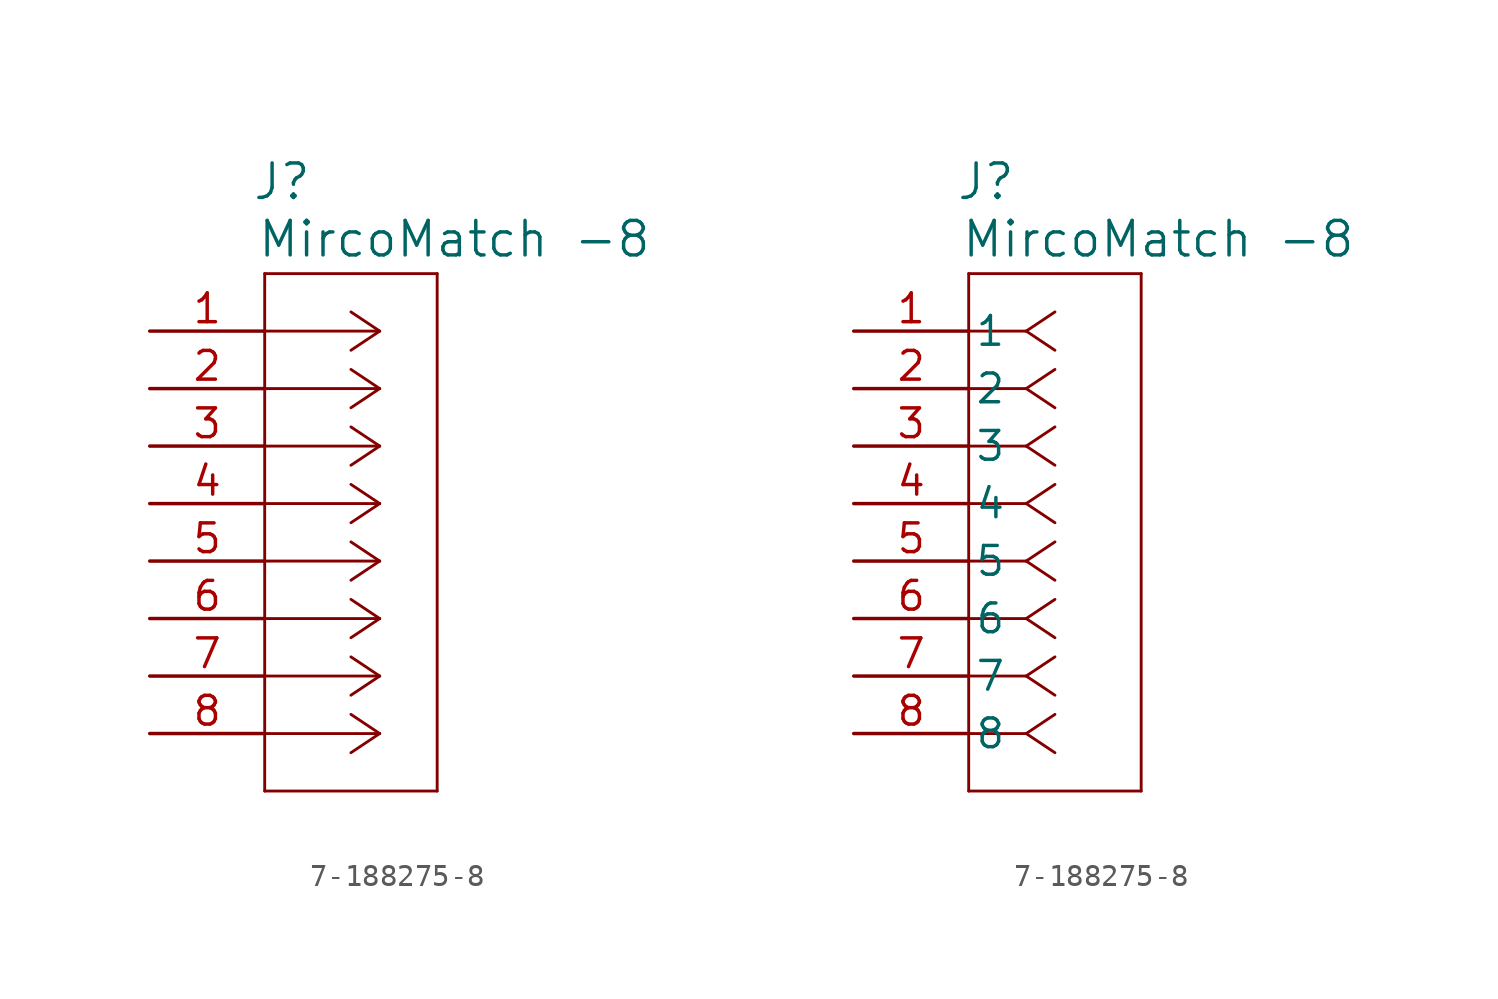
<source format=kicad_sym>
(kicad_symbol_lib
  (version 20241209)
  (generator "kicad_symbol_editor")
  (generator_version "9.0")
  (symbol "7-188275-8"
    (pin_names
      (offset 0.254))
    (property "Reference" "J"
      (at 5.842 6.604 0)
      (effects (font (size 1.524 1.524))))
    (property "Value" "MircoMatch -8"
      (at 13.462 4.064 0)
      (effects (font (size 1.524 1.524))))
    (symbol "7-188275-8_1_1"
      (polyline (pts (xy 5.08 2.54) (xy 5.08 -20.32)) (stroke (width 0.127) (type default)) (fill (type none)))
      (polyline (pts (xy 5.08 -20.32) (xy 12.7 -20.32)) (stroke (width 0.127) (type default)) (fill (type none)))
      (polyline (pts (xy 10.16 0) (xy 5.08 0)) (stroke (width 0.127) (type default)) (fill (type none)))
      (polyline (pts (xy 10.16 0) (xy 8.89 0.847)) (stroke (width 0.127) (type default)) (fill (type none)))
      (polyline (pts (xy 10.16 0) (xy 8.89 -0.847)) (stroke (width 0.127) (type default)) (fill (type none)))
      (polyline (pts (xy 10.16 -2.54) (xy 5.08 -2.54)) (stroke (width 0.127) (type default)) (fill (type none)))
      (polyline (pts (xy 10.16 -2.54) (xy 8.89 -1.693)) (stroke (width 0.127) (type default)) (fill (type none)))
      (polyline (pts (xy 10.16 -2.54) (xy 8.89 -3.387)) (stroke (width 0.127) (type default)) (fill (type none)))
      (polyline (pts (xy 10.16 -5.08) (xy 5.08 -5.08)) (stroke (width 0.127) (type default)) (fill (type none)))
      (polyline (pts (xy 10.16 -5.08) (xy 8.89 -4.233)) (stroke (width 0.127) (type default)) (fill (type none)))
      (polyline (pts (xy 10.16 -5.08) (xy 8.89 -5.927)) (stroke (width 0.127) (type default)) (fill (type none)))
      (polyline (pts (xy 10.16 -7.62) (xy 5.08 -7.62)) (stroke (width 0.127) (type default)) (fill (type none)))
      (polyline (pts (xy 10.16 -7.62) (xy 8.89 -6.773)) (stroke (width 0.127) (type default)) (fill (type none)))
      (polyline (pts (xy 10.16 -7.62) (xy 8.89 -8.467)) (stroke (width 0.127) (type default)) (fill (type none)))
      (polyline (pts (xy 10.16 -10.16) (xy 5.08 -10.16)) (stroke (width 0.127) (type default)) (fill (type none)))
      (polyline (pts (xy 10.16 -10.16) (xy 8.89 -9.313)) (stroke (width 0.127) (type default)) (fill (type none)))
      (polyline (pts (xy 10.16 -10.16) (xy 8.89 -11.007)) (stroke (width 0.127) (type default)) (fill (type none)))
      (polyline (pts (xy 10.16 -12.7) (xy 5.08 -12.7)) (stroke (width 0.127) (type default)) (fill (type none)))
      (polyline (pts (xy 10.16 -12.7) (xy 8.89 -11.853)) (stroke (width 0.127) (type default)) (fill (type none)))
      (polyline (pts (xy 10.16 -12.7) (xy 8.89 -13.547)) (stroke (width 0.127) (type default)) (fill (type none)))
      (polyline (pts (xy 10.16 -15.24) (xy 5.08 -15.24)) (stroke (width 0.127) (type default)) (fill (type none)))
      (polyline (pts (xy 10.16 -15.24) (xy 8.89 -14.393)) (stroke (width 0.127) (type default)) (fill (type none)))
      (polyline (pts (xy 10.16 -15.24) (xy 8.89 -16.087)) (stroke (width 0.127) (type default)) (fill (type none)))
      (polyline (pts (xy 10.16 -17.78) (xy 5.08 -17.78)) (stroke (width 0.127) (type default)) (fill (type none)))
      (polyline (pts (xy 10.16 -17.78) (xy 8.89 -16.933)) (stroke (width 0.127) (type default)) (fill (type none)))
      (polyline (pts (xy 10.16 -17.78) (xy 8.89 -18.627)) (stroke (width 0.127) (type default)) (fill (type none)))
      (polyline (pts (xy 12.7 2.54) (xy 5.08 2.54)) (stroke (width 0.127) (type default)) (fill (type none)))
      (polyline (pts (xy 12.7 -20.32) (xy 12.7 2.54)) (stroke (width 0.127) (type default)) (fill (type none)))
      (pin unspecified line (at 0 0 0) (length 5.08) (name "" (effects (font (size 1.27 1.27)))) (number "1" (effects (font (size 1.27 1.27)))))
      (pin unspecified line (at 0 -2.54 0) (length 5.08) (name "" (effects (font (size 1.27 1.27)))) (number "2" (effects (font (size 1.27 1.27)))))
      (pin unspecified line (at 0 -5.08 0) (length 5.08) (name "" (effects (font (size 1.27 1.27)))) (number "3" (effects (font (size 1.27 1.27)))))
      (pin unspecified line (at 0 -7.62 0) (length 5.08) (name "" (effects (font (size 1.27 1.27)))) (number "4" (effects (font (size 1.27 1.27)))))
      (pin unspecified line (at 0 -10.16 0) (length 5.08) (name "" (effects (font (size 1.27 1.27)))) (number "5" (effects (font (size 1.27 1.27)))))
      (pin unspecified line (at 0 -12.7 0) (length 5.08) (name "" (effects (font (size 1.27 1.27)))) (number "6" (effects (font (size 1.27 1.27)))))
      (pin unspecified line (at 0 -15.24 0) (length 5.08) (name "" (effects (font (size 1.27 1.27)))) (number "7" (effects (font (size 1.27 1.27)))))
      (pin unspecified line (at 0 -17.78 0) (length 5.08) (name "" (effects (font (size 1.27 1.27)))) (number "8" (effects (font (size 1.27 1.27))))))
    (symbol "7-188275-8_1_2"
      (polyline (pts (xy 5.08 2.54) (xy 5.08 -20.32)) (stroke (width 0.127) (type default)) (fill (type none)))
      (polyline (pts (xy 5.08 -20.32) (xy 12.7 -20.32)) (stroke (width 0.127) (type default)) (fill (type none)))
      (polyline (pts (xy 7.62 0) (xy 5.08 0)) (stroke (width 0.127) (type default)) (fill (type none)))
      (polyline (pts (xy 7.62 0) (xy 8.89 0.847)) (stroke (width 0.127) (type default)) (fill (type none)))
      (polyline (pts (xy 7.62 0) (xy 8.89 -0.847)) (stroke (width 0.127) (type default)) (fill (type none)))
      (polyline (pts (xy 7.62 -2.54) (xy 5.08 -2.54)) (stroke (width 0.127) (type default)) (fill (type none)))
      (polyline (pts (xy 7.62 -2.54) (xy 8.89 -1.693)) (stroke (width 0.127) (type default)) (fill (type none)))
      (polyline (pts (xy 7.62 -2.54) (xy 8.89 -3.387)) (stroke (width 0.127) (type default)) (fill (type none)))
      (polyline (pts (xy 7.62 -5.08) (xy 5.08 -5.08)) (stroke (width 0.127) (type default)) (fill (type none)))
      (polyline (pts (xy 7.62 -5.08) (xy 8.89 -4.233)) (stroke (width 0.127) (type default)) (fill (type none)))
      (polyline (pts (xy 7.62 -5.08) (xy 8.89 -5.927)) (stroke (width 0.127) (type default)) (fill (type none)))
      (polyline (pts (xy 7.62 -7.62) (xy 5.08 -7.62)) (stroke (width 0.127) (type default)) (fill (type none)))
      (polyline (pts (xy 7.62 -7.62) (xy 8.89 -6.773)) (stroke (width 0.127) (type default)) (fill (type none)))
      (polyline (pts (xy 7.62 -7.62) (xy 8.89 -8.467)) (stroke (width 0.127) (type default)) (fill (type none)))
      (polyline (pts (xy 7.62 -10.16) (xy 5.08 -10.16)) (stroke (width 0.127) (type default)) (fill (type none)))
      (polyline (pts (xy 7.62 -10.16) (xy 8.89 -9.313)) (stroke (width 0.127) (type default)) (fill (type none)))
      (polyline (pts (xy 7.62 -10.16) (xy 8.89 -11.007)) (stroke (width 0.127) (type default)) (fill (type none)))
      (polyline (pts (xy 7.62 -12.7) (xy 5.08 -12.7)) (stroke (width 0.127) (type default)) (fill (type none)))
      (polyline (pts (xy 7.62 -12.7) (xy 8.89 -11.853)) (stroke (width 0.127) (type default)) (fill (type none)))
      (polyline (pts (xy 7.62 -12.7) (xy 8.89 -13.547)) (stroke (width 0.127) (type default)) (fill (type none)))
      (polyline (pts (xy 7.62 -15.24) (xy 5.08 -15.24)) (stroke (width 0.127) (type default)) (fill (type none)))
      (polyline (pts (xy 7.62 -15.24) (xy 8.89 -14.393)) (stroke (width 0.127) (type default)) (fill (type none)))
      (polyline (pts (xy 7.62 -15.24) (xy 8.89 -16.087)) (stroke (width 0.127) (type default)) (fill (type none)))
      (polyline (pts (xy 7.62 -17.78) (xy 5.08 -17.78)) (stroke (width 0.127) (type default)) (fill (type none)))
      (polyline (pts (xy 7.62 -17.78) (xy 8.89 -16.933)) (stroke (width 0.127) (type default)) (fill (type none)))
      (polyline (pts (xy 7.62 -17.78) (xy 8.89 -18.627)) (stroke (width 0.127) (type default)) (fill (type none)))
      (polyline (pts (xy 12.7 2.54) (xy 5.08 2.54)) (stroke (width 0.127) (type default)) (fill (type none)))
      (polyline (pts (xy 12.7 -20.32) (xy 12.7 2.54)) (stroke (width 0.127) (type default)) (fill (type none)))
      (pin unspecified line (at 0 0 0) (length 5.08) (name "1" (effects (font (size 1.27 1.27)))) (number "1" (effects (font (size 1.27 1.27)))))
      (pin unspecified line (at 0 -2.54 0) (length 5.08) (name "2" (effects (font (size 1.27 1.27)))) (number "2" (effects (font (size 1.27 1.27)))))
      (pin unspecified line (at 0 -5.08 0) (length 5.08) (name "3" (effects (font (size 1.27 1.27)))) (number "3" (effects (font (size 1.27 1.27)))))
      (pin unspecified line (at 0 -7.62 0) (length 5.08) (name "4" (effects (font (size 1.27 1.27)))) (number "4" (effects (font (size 1.27 1.27)))))
      (pin unspecified line (at 0 -10.16 0) (length 5.08) (name "5" (effects (font (size 1.27 1.27)))) (number "5" (effects (font (size 1.27 1.27)))))
      (pin unspecified line (at 0 -12.7 0) (length 5.08) (name "6" (effects (font (size 1.27 1.27)))) (number "6" (effects (font (size 1.27 1.27)))))
      (pin unspecified line (at 0 -15.24 0) (length 5.08) (name "7" (effects (font (size 1.27 1.27)))) (number "7" (effects (font (size 1.27 1.27)))))
      (pin unspecified line (at 0 -17.78 0) (length 5.08) (name "8" (effects (font (size 1.27 1.27)))) (number "8" (effects (font (size 1.27 1.27))))))))
</source>
